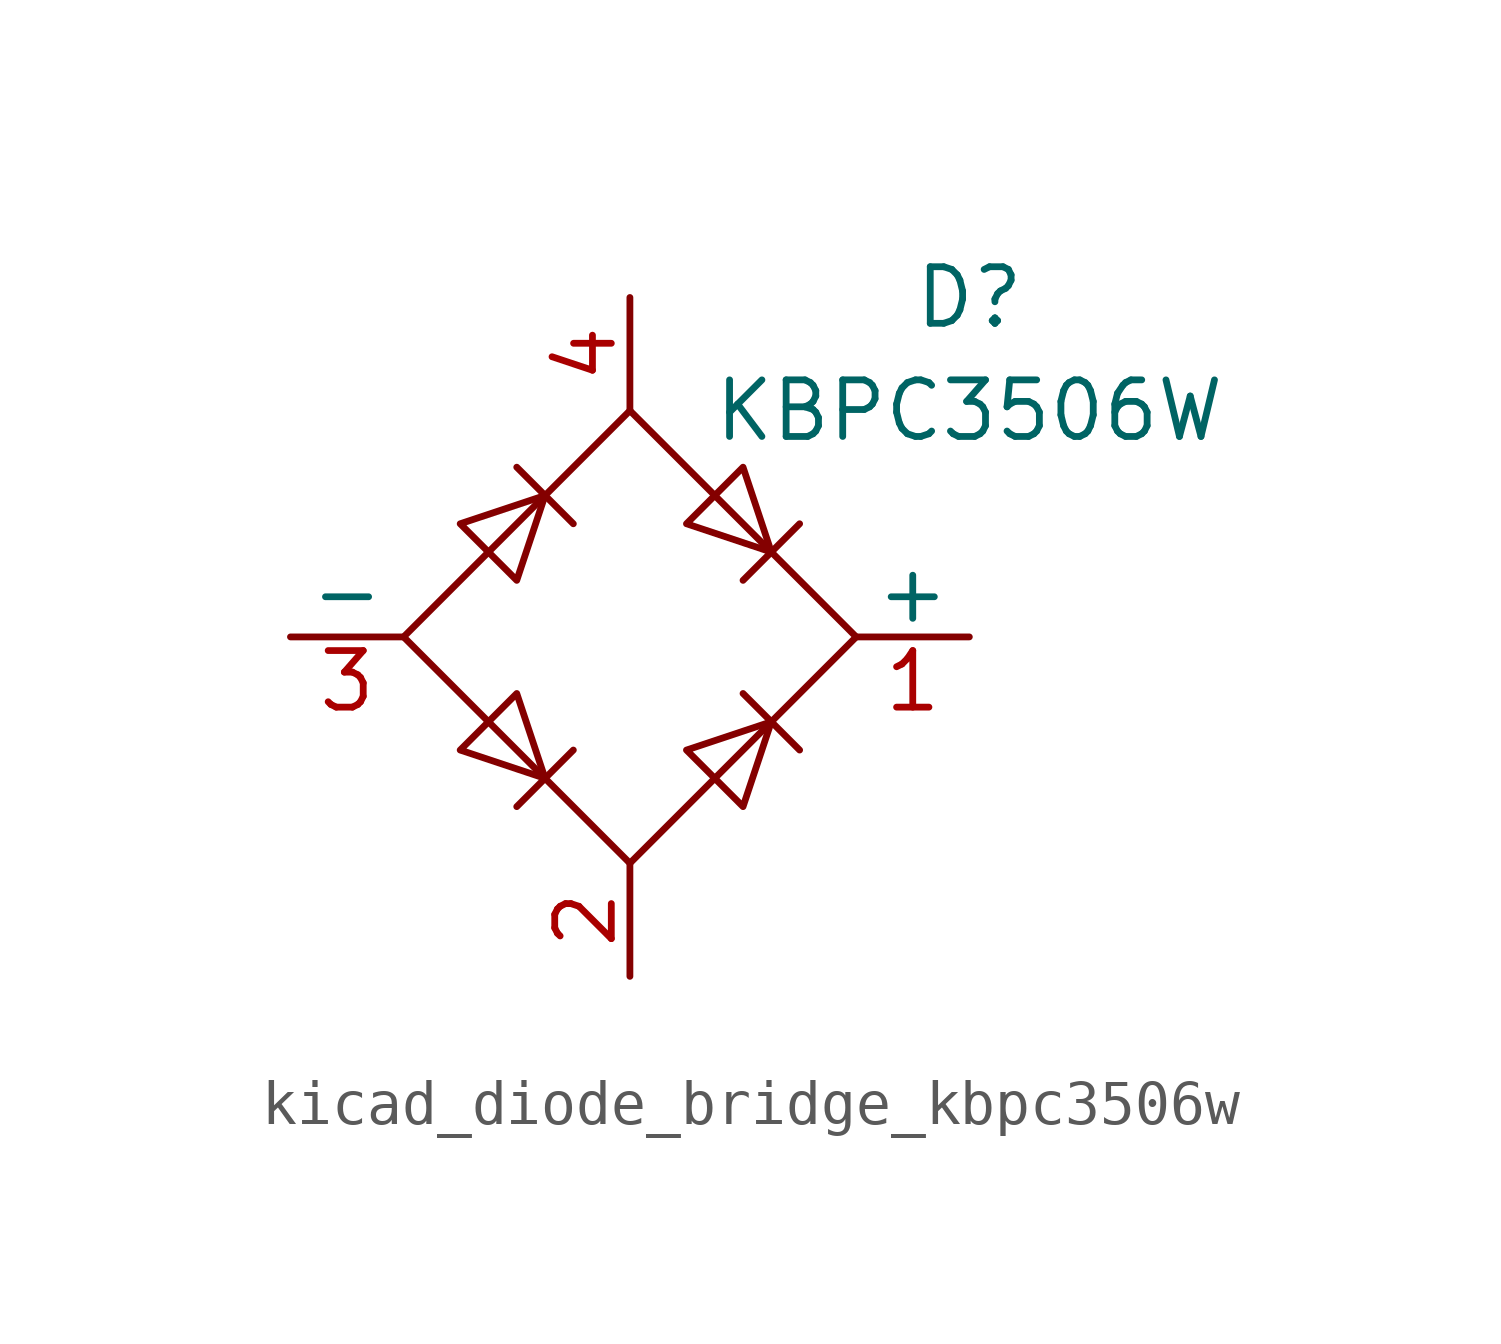
<source format=kicad_sym>
(kicad_symbol_lib
  (version 20220914)
  (generator kicad_symbol_editor)
  (symbol "kicad_diode_bridge_kbpc3506w"
    (pin_names
      (offset 0))
    (property "Reference" "D"
      (at 7.62 7.62 0)
      (effects (font (size 1.27 1.27))))
    (property "Value" "KBPC3506W"
      (at 7.62 5.08 0)
      (effects (font (size 1.27 1.27))))
    (symbol "kicad_diode_bridge_kbpc3506w_0_1"
      (polyline (pts (xy -2.54 3.81) (xy -1.27 2.54)) (stroke (width 0) (type default)) (fill (type none)))
      (polyline (pts (xy -1.27 -2.54) (xy -2.54 -3.81)) (stroke (width 0) (type default)) (fill (type none)))
      (polyline (pts (xy 2.54 -1.27) (xy 3.81 -2.54)) (stroke (width 0) (type default)) (fill (type none)))
      (polyline (pts (xy 2.54 1.27) (xy 3.81 2.54)) (stroke (width 0) (type default)) (fill (type none)))
      (polyline (pts (xy -3.81 2.54) (xy -2.54 1.27) (xy -1.905 3.175) (xy -3.81 2.54)) (stroke (width 0) (type default)) (fill (type none)))
      (polyline (pts (xy -2.54 -1.27) (xy -3.81 -2.54) (xy -1.905 -3.175) (xy -2.54 -1.27)) (stroke (width 0) (type default)) (fill (type none)))
      (polyline (pts (xy 1.27 2.54) (xy 2.54 3.81) (xy 3.175 1.905) (xy 1.27 2.54)) (stroke (width 0) (type default)) (fill (type none)))
      (polyline (pts (xy 3.175 -1.905) (xy 1.27 -2.54) (xy 2.54 -3.81) (xy 3.175 -1.905)) (stroke (width 0) (type default)) (fill (type none)))
      (polyline (pts (xy -5.08 0) (xy 0 -5.08) (xy 5.08 0) (xy 0 5.08) (xy -5.08 0)) (stroke (width 0) (type default)) (fill (type none))))
    (symbol "kicad_diode_bridge_kbpc3506w_1_1"
      (pin passive line (at 7.62 0 180) (length 2.54) (name "+" (effects (font (size 1.27 1.27)))) (number "1" (effects (font (size 1.27 1.27)))))
      (pin passive line (at 0 -7.62 90) (length 2.54) (name "~" (effects (font (size 1.27 1.27)))) (number "2" (effects (font (size 1.27 1.27)))))
      (pin passive line (at -7.62 0 0) (length 2.54) (name "-" (effects (font (size 1.27 1.27)))) (number "3" (effects (font (size 1.27 1.27)))))
      (pin passive line (at 0 7.62 270) (length 2.54) (name "~" (effects (font (size 1.27 1.27)))) (number "4" (effects (font (size 1.27 1.27))))))))
</source>
